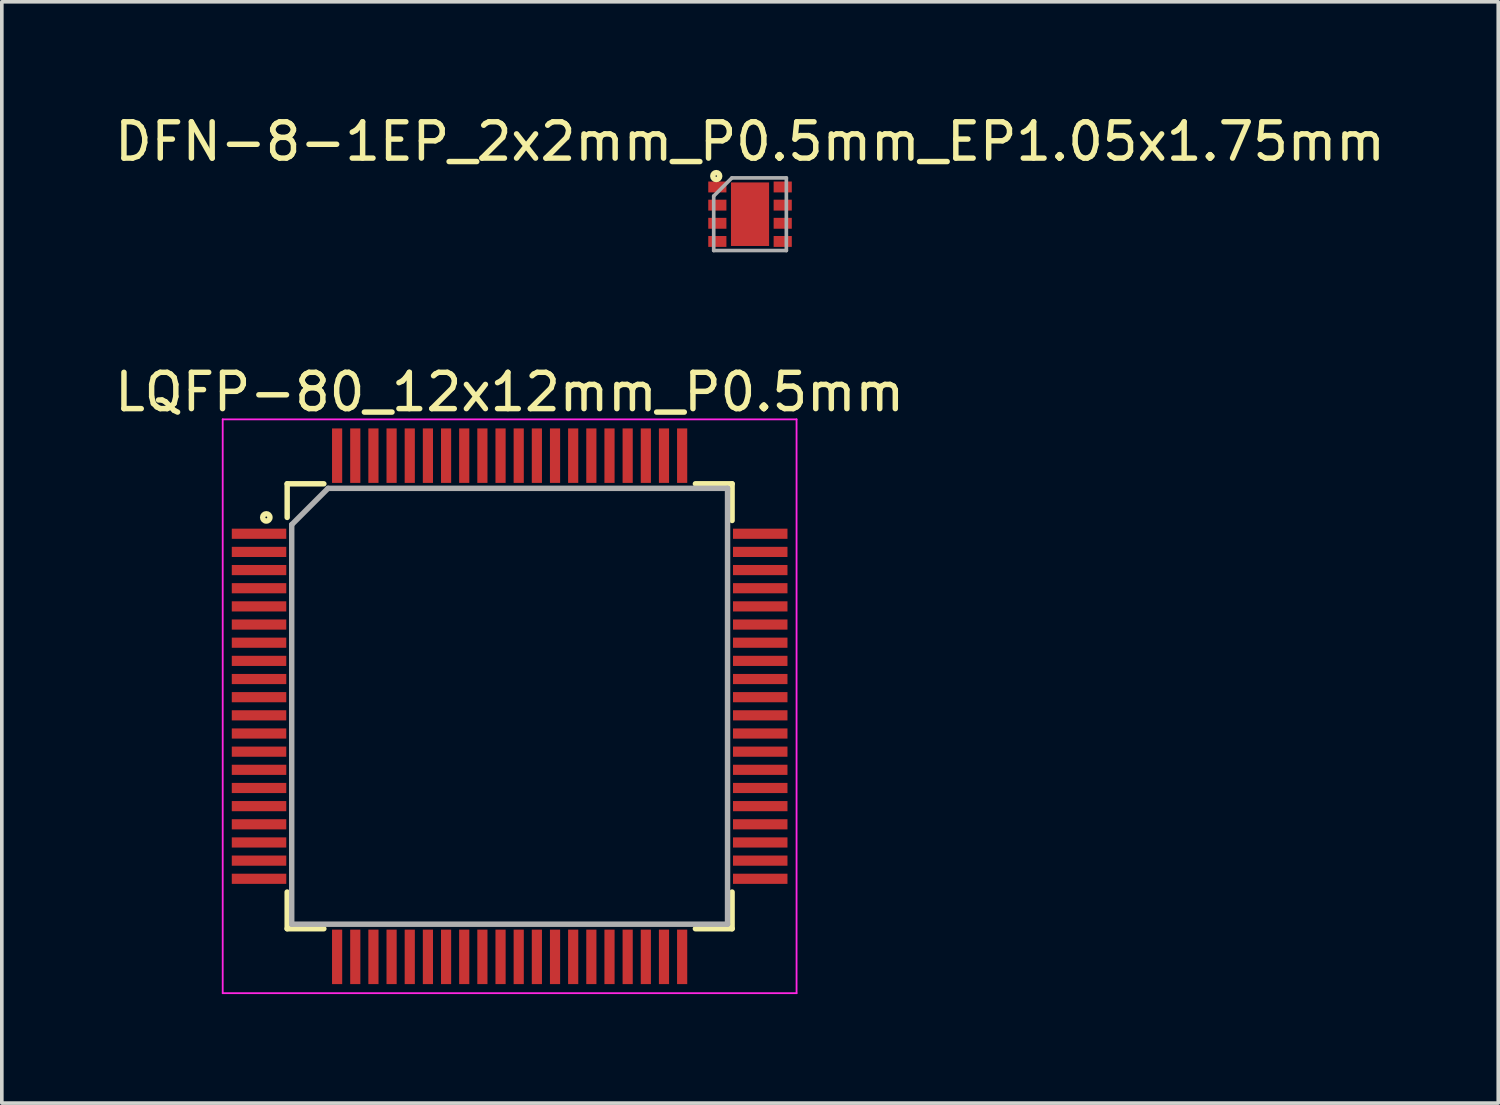
<source format=kicad_pcb>
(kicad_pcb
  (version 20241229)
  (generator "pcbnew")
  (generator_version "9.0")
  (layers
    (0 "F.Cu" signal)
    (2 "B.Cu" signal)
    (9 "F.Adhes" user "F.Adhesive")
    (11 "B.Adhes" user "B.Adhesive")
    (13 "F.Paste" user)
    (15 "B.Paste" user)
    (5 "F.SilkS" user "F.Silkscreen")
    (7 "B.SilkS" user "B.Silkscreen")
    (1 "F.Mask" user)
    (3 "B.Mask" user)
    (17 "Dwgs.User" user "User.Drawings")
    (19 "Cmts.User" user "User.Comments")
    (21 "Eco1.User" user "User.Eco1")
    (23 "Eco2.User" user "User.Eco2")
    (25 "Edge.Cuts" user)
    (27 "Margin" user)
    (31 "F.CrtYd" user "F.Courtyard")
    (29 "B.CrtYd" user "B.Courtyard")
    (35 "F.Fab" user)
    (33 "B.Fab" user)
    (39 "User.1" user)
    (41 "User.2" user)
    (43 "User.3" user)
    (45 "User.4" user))
  (footprint "LQFP-80_12x12mm_P0.5mm"
    (layer "F.Cu")
    (at 10.982 16.396)
    (property "Reference" "LQFP-80_12x12mm_P0.5mm" (at 0 -8.65 0) (layer "F.SilkS") (effects (font (size 1 1) (thickness 0.15))))
    (attr smd)
    (fp_line (start -6.125 -6.125) (end -6.125 -5.2) (stroke (width 0.15) (type solid)) (layer "F.SilkS"))
    (fp_line (start -6.125 -6.125) (end -5.115 -6.125) (stroke (width 0.15) (type solid)) (layer "F.SilkS"))
    (fp_line (start -6.125 6.125) (end -6.125 5.115) (stroke (width 0.15) (type solid)) (layer "F.SilkS"))
    (fp_line (start -6.125 6.125) (end -5.115 6.125) (stroke (width 0.15) (type solid)) (layer "F.SilkS"))
    (fp_line (start 6.125 -6.125) (end 5.115 -6.125) (stroke (width 0.15) (type solid)) (layer "F.SilkS"))
    (fp_line (start 6.125 -6.125) (end 6.125 -5.115) (stroke (width 0.15) (type solid)) (layer "F.SilkS"))
    (fp_line (start 6.125 6.125) (end 5.115 6.125) (stroke (width 0.15) (type solid)) (layer "F.SilkS"))
    (fp_line (start 6.125 6.125) (end 6.125 5.115) (stroke (width 0.15) (type solid)) (layer "F.SilkS"))
    (fp_circle (center -6.7 -5.2) (end -6.7 -5.1) (stroke (width 0.15) (type solid)) (fill no) (layer "F.SilkS"))
    (fp_line (start -7.9 -7.9) (end -7.9 7.9) (stroke (width 0.05) (type solid)) (layer "F.CrtYd"))
    (fp_line (start -7.9 -7.9) (end 7.9 -7.9) (stroke (width 0.05) (type solid)) (layer "F.CrtYd"))
    (fp_line (start -7.9 7.9) (end 7.9 7.9) (stroke (width 0.05) (type solid)) (layer "F.CrtYd"))
    (fp_line (start 7.9 -7.9) (end 7.9 7.9) (stroke (width 0.05) (type solid)) (layer "F.CrtYd"))
    (fp_line (start -6 -5) (end -5 -6) (stroke (width 0.15) (type solid)) (layer "F.Fab"))
    (fp_line (start -6 6) (end -6 -5) (stroke (width 0.15) (type solid)) (layer "F.Fab"))
    (fp_line (start -5 -6) (end 6 -6) (stroke (width 0.15) (type solid)) (layer "F.Fab"))
    (fp_line (start 6 -6) (end 6 6) (stroke (width 0.15) (type solid)) (layer "F.Fab"))
    (fp_line (start 6 6) (end -6 6) (stroke (width 0.15) (type solid)) (layer "F.Fab"))
    (pad "1" smd rect (at -6.9 -4.75) (size 1.5 0.28) (layers "F.Cu" "F.Mask" "F.Paste"))
    (pad "2" smd rect (at -6.9 -4.25) (size 1.5 0.28) (layers "F.Cu" "F.Mask" "F.Paste"))
    (pad "3" smd rect (at -6.9 -3.75) (size 1.5 0.28) (layers "F.Cu" "F.Mask" "F.Paste"))
    (pad "4" smd rect (at -6.9 -3.25) (size 1.5 0.28) (layers "F.Cu" "F.Mask" "F.Paste"))
    (pad "5" smd rect (at -6.9 -2.75) (size 1.5 0.28) (layers "F.Cu" "F.Mask" "F.Paste"))
    (pad "6" smd rect (at -6.9 -2.25) (size 1.5 0.28) (layers "F.Cu" "F.Mask" "F.Paste"))
    (pad "7" smd rect (at -6.9 -1.75) (size 1.5 0.28) (layers "F.Cu" "F.Mask" "F.Paste"))
    (pad "8" smd rect (at -6.9 -1.25) (size 1.5 0.28) (layers "F.Cu" "F.Mask" "F.Paste"))
    (pad "9" smd rect (at -6.9 -0.75) (size 1.5 0.28) (layers "F.Cu" "F.Mask" "F.Paste"))
    (pad "10" smd rect (at -6.9 -0.25) (size 1.5 0.28) (layers "F.Cu" "F.Mask" "F.Paste"))
    (pad "11" smd rect (at -6.9 0.25) (size 1.5 0.28) (layers "F.Cu" "F.Mask" "F.Paste"))
    (pad "12" smd rect (at -6.9 0.75) (size 1.5 0.28) (layers "F.Cu" "F.Mask" "F.Paste"))
    (pad "13" smd rect (at -6.9 1.25) (size 1.5 0.28) (layers "F.Cu" "F.Mask" "F.Paste"))
    (pad "14" smd rect (at -6.9 1.75) (size 1.5 0.28) (layers "F.Cu" "F.Mask" "F.Paste"))
    (pad "15" smd rect (at -6.9 2.25) (size 1.5 0.28) (layers "F.Cu" "F.Mask" "F.Paste"))
    (pad "16" smd rect (at -6.9 2.75) (size 1.5 0.28) (layers "F.Cu" "F.Mask" "F.Paste"))
    (pad "17" smd rect (at -6.9 3.25) (size 1.5 0.28) (layers "F.Cu" "F.Mask" "F.Paste"))
    (pad "18" smd rect (at -6.9 3.75) (size 1.5 0.28) (layers "F.Cu" "F.Mask" "F.Paste"))
    (pad "19" smd rect (at -6.9 4.25) (size 1.5 0.28) (layers "F.Cu" "F.Mask" "F.Paste"))
    (pad "20" smd rect (at -6.9 4.75) (size 1.5 0.28) (layers "F.Cu" "F.Mask" "F.Paste"))
    (pad "21" smd rect (at -4.75 6.9 90) (size 1.5 0.28) (layers "F.Cu" "F.Mask" "F.Paste"))
    (pad "22" smd rect (at -4.25 6.9 90) (size 1.5 0.28) (layers "F.Cu" "F.Mask" "F.Paste"))
    (pad "23" smd rect (at -3.75 6.9 90) (size 1.5 0.28) (layers "F.Cu" "F.Mask" "F.Paste"))
    (pad "24" smd rect (at -3.25 6.9 90) (size 1.5 0.28) (layers "F.Cu" "F.Mask" "F.Paste"))
    (pad "25" smd rect (at -2.75 6.9 90) (size 1.5 0.28) (layers "F.Cu" "F.Mask" "F.Paste"))
    (pad "26" smd rect (at -2.25 6.9 90) (size 1.5 0.28) (layers "F.Cu" "F.Mask" "F.Paste"))
    (pad "27" smd rect (at -1.75 6.9 90) (size 1.5 0.28) (layers "F.Cu" "F.Mask" "F.Paste"))
    (pad "28" smd rect (at -1.25 6.9 90) (size 1.5 0.28) (layers "F.Cu" "F.Mask" "F.Paste"))
    (pad "29" smd rect (at -0.75 6.9 90) (size 1.5 0.28) (layers "F.Cu" "F.Mask" "F.Paste"))
    (pad "30" smd rect (at -0.25 6.9 90) (size 1.5 0.28) (layers "F.Cu" "F.Mask" "F.Paste"))
    (pad "31" smd rect (at 0.25 6.9 90) (size 1.5 0.28) (layers "F.Cu" "F.Mask" "F.Paste"))
    (pad "32" smd rect (at 0.75 6.9 90) (size 1.5 0.28) (layers "F.Cu" "F.Mask" "F.Paste"))
    (pad "33" smd rect (at 1.25 6.9 90) (size 1.5 0.28) (layers "F.Cu" "F.Mask" "F.Paste"))
    (pad "34" smd rect (at 1.75 6.9 90) (size 1.5 0.28) (layers "F.Cu" "F.Mask" "F.Paste"))
    (pad "35" smd rect (at 2.25 6.9 90) (size 1.5 0.28) (layers "F.Cu" "F.Mask" "F.Paste"))
    (pad "36" smd rect (at 2.75 6.9 90) (size 1.5 0.28) (layers "F.Cu" "F.Mask" "F.Paste"))
    (pad "37" smd rect (at 3.25 6.9 90) (size 1.5 0.28) (layers "F.Cu" "F.Mask" "F.Paste"))
    (pad "38" smd rect (at 3.75 6.9 90) (size 1.5 0.28) (layers "F.Cu" "F.Mask" "F.Paste"))
    (pad "39" smd rect (at 4.25 6.9 90) (size 1.5 0.28) (layers "F.Cu" "F.Mask" "F.Paste"))
    (pad "40" smd rect (at 4.75 6.9 90) (size 1.5 0.28) (layers "F.Cu" "F.Mask" "F.Paste"))
    (pad "41" smd rect (at 6.9 4.75) (size 1.5 0.28) (layers "F.Cu" "F.Mask" "F.Paste"))
    (pad "42" smd rect (at 6.9 4.25) (size 1.5 0.28) (layers "F.Cu" "F.Mask" "F.Paste"))
    (pad "43" smd rect (at 6.9 3.75) (size 1.5 0.28) (layers "F.Cu" "F.Mask" "F.Paste"))
    (pad "44" smd rect (at 6.9 3.25) (size 1.5 0.28) (layers "F.Cu" "F.Mask" "F.Paste"))
    (pad "45" smd rect (at 6.9 2.75) (size 1.5 0.28) (layers "F.Cu" "F.Mask" "F.Paste"))
    (pad "46" smd rect (at 6.9 2.25) (size 1.5 0.28) (layers "F.Cu" "F.Mask" "F.Paste"))
    (pad "47" smd rect (at 6.9 1.75) (size 1.5 0.28) (layers "F.Cu" "F.Mask" "F.Paste"))
    (pad "48" smd rect (at 6.9 1.25) (size 1.5 0.28) (layers "F.Cu" "F.Mask" "F.Paste"))
    (pad "49" smd rect (at 6.9 0.75) (size 1.5 0.28) (layers "F.Cu" "F.Mask" "F.Paste"))
    (pad "50" smd rect (at 6.9 0.25) (size 1.5 0.28) (layers "F.Cu" "F.Mask" "F.Paste"))
    (pad "51" smd rect (at 6.9 -0.25) (size 1.5 0.28) (layers "F.Cu" "F.Mask" "F.Paste"))
    (pad "52" smd rect (at 6.9 -0.75) (size 1.5 0.28) (layers "F.Cu" "F.Mask" "F.Paste"))
    (pad "53" smd rect (at 6.9 -1.25) (size 1.5 0.28) (layers "F.Cu" "F.Mask" "F.Paste"))
    (pad "54" smd rect (at 6.9 -1.75) (size 1.5 0.28) (layers "F.Cu" "F.Mask" "F.Paste"))
    (pad "55" smd rect (at 6.9 -2.25) (size 1.5 0.28) (layers "F.Cu" "F.Mask" "F.Paste"))
    (pad "56" smd rect (at 6.9 -2.75) (size 1.5 0.28) (layers "F.Cu" "F.Mask" "F.Paste"))
    (pad "57" smd rect (at 6.9 -3.25) (size 1.5 0.28) (layers "F.Cu" "F.Mask" "F.Paste"))
    (pad "58" smd rect (at 6.9 -3.75) (size 1.5 0.28) (layers "F.Cu" "F.Mask" "F.Paste"))
    (pad "59" smd rect (at 6.9 -4.25) (size 1.5 0.28) (layers "F.Cu" "F.Mask" "F.Paste"))
    (pad "60" smd rect (at 6.9 -4.75) (size 1.5 0.28) (layers "F.Cu" "F.Mask" "F.Paste"))
    (pad "61" smd rect (at 4.75 -6.9 90) (size 1.5 0.28) (layers "F.Cu" "F.Mask" "F.Paste"))
    (pad "62" smd rect (at 4.25 -6.9 90) (size 1.5 0.28) (layers "F.Cu" "F.Mask" "F.Paste"))
    (pad "63" smd rect (at 3.75 -6.9 90) (size 1.5 0.28) (layers "F.Cu" "F.Mask" "F.Paste"))
    (pad "64" smd rect (at 3.25 -6.9 90) (size 1.5 0.28) (layers "F.Cu" "F.Mask" "F.Paste"))
    (pad "65" smd rect (at 2.75 -6.9 90) (size 1.5 0.28) (layers "F.Cu" "F.Mask" "F.Paste"))
    (pad "66" smd rect (at 2.25 -6.9 90) (size 1.5 0.28) (layers "F.Cu" "F.Mask" "F.Paste"))
    (pad "67" smd rect (at 1.75 -6.9 90) (size 1.5 0.28) (layers "F.Cu" "F.Mask" "F.Paste"))
    (pad "68" smd rect (at 1.25 -6.9 90) (size 1.5 0.28) (layers "F.Cu" "F.Mask" "F.Paste"))
    (pad "69" smd rect (at 0.75 -6.9 90) (size 1.5 0.28) (layers "F.Cu" "F.Mask" "F.Paste"))
    (pad "70" smd rect (at 0.25 -6.9 90) (size 1.5 0.28) (layers "F.Cu" "F.Mask" "F.Paste"))
    (pad "71" smd rect (at -0.25 -6.9 90) (size 1.5 0.28) (layers "F.Cu" "F.Mask" "F.Paste"))
    (pad "72" smd rect (at -0.75 -6.9 90) (size 1.5 0.28) (layers "F.Cu" "F.Mask" "F.Paste"))
    (pad "73" smd rect (at -1.25 -6.9 90) (size 1.5 0.28) (layers "F.Cu" "F.Mask" "F.Paste"))
    (pad "74" smd rect (at -1.75 -6.9 90) (size 1.5 0.28) (layers "F.Cu" "F.Mask" "F.Paste"))
    (pad "75" smd rect (at -2.25 -6.9 90) (size 1.5 0.28) (layers "F.Cu" "F.Mask" "F.Paste"))
    (pad "76" smd rect (at -2.75 -6.9 90) (size 1.5 0.28) (layers "F.Cu" "F.Mask" "F.Paste"))
    (pad "77" smd rect (at -3.25 -6.9 90) (size 1.5 0.28) (layers "F.Cu" "F.Mask" "F.Paste"))
    (pad "78" smd rect (at -3.75 -6.9 90) (size 1.5 0.28) (layers "F.Cu" "F.Mask" "F.Paste"))
    (pad "79" smd rect (at -4.25 -6.9 90) (size 1.5 0.28) (layers "F.Cu" "F.Mask" "F.Paste"))
    (pad "80" smd rect (at -4.75 -6.9 90) (size 1.5 0.28) (layers "F.Cu" "F.Mask" "F.Paste")))
  (footprint "DFN-8-1EP_2x2mm_P0.5mm_EP1.05x1.75mm"
    (layer "F.Cu")
    (at 17.601 2.848)
    (property "Reference" "DFN-8-1EP_2x2mm_P0.5mm_EP1.05x1.75mm" (at 0 -2 0) (layer "F.SilkS") (effects (font (size 1 1) (thickness 0.15))))
    (attr smd)
    (fp_circle (center -0.93 -1.05) (end -0.93 -1.07) (stroke (width 0.15) (type solid)) (fill no) (layer "F.SilkS"))
    (fp_line (start -1 -0.5) (end -0.5 -1) (stroke (width 0.1) (type solid)) (layer "F.Fab"))
    (fp_line (start -1 1) (end -1 -0.5) (stroke (width 0.1) (type solid)) (layer "F.Fab"))
    (fp_line (start -0.5 -1) (end 1 -1) (stroke (width 0.1) (type solid)) (layer "F.Fab"))
    (fp_line (start 1 -1) (end 1 1) (stroke (width 0.1) (type solid)) (layer "F.Fab"))
    (fp_line (start 1 1) (end -1 1) (stroke (width 0.1) (type solid)) (layer "F.Fab"))
    (pad "" smd rect (at 0 -0.438) (size 0.85 0.65) (layers "F.Paste"))
    (pad "" smd rect (at 0 0.438) (size 0.85 0.65) (layers "F.Paste"))
    (pad "1" smd rect (at -0.9 -0.75) (size 0.5 0.3) (layers "F.Cu" "F.Mask" "F.Paste"))
    (pad "2" smd rect (at -0.9 -0.25) (size 0.5 0.3) (layers "F.Cu" "F.Mask" "F.Paste"))
    (pad "3" smd rect (at -0.9 0.25) (size 0.5 0.3) (layers "F.Cu" "F.Mask" "F.Paste"))
    (pad "4" smd rect (at -0.9 0.75) (size 0.5 0.3) (layers "F.Cu" "F.Mask" "F.Paste"))
    (pad "5" smd rect (at 0.9 0.75) (size 0.5 0.3) (layers "F.Cu" "F.Mask" "F.Paste"))
    (pad "6" smd rect (at 0.9 0.25) (size 0.5 0.3) (layers "F.Cu" "F.Mask" "F.Paste"))
    (pad "7" smd rect (at 0.9 -0.25) (size 0.5 0.3) (layers "F.Cu" "F.Mask" "F.Paste"))
    (pad "8" smd rect (at 0.9 -0.75) (size 0.5 0.3) (layers "F.Cu" "F.Mask" "F.Paste"))
    (pad "9" smd rect (at 0 0) (size 1.05 1.75) (layers "F.Cu" "F.Mask")))
  (gr_rect
    (start -3 -3)
    (end 38.202 27.322)
    (stroke (width 0.1) (type default))
    (fill no)
    (layer "Edge.Cuts")))
</source>
